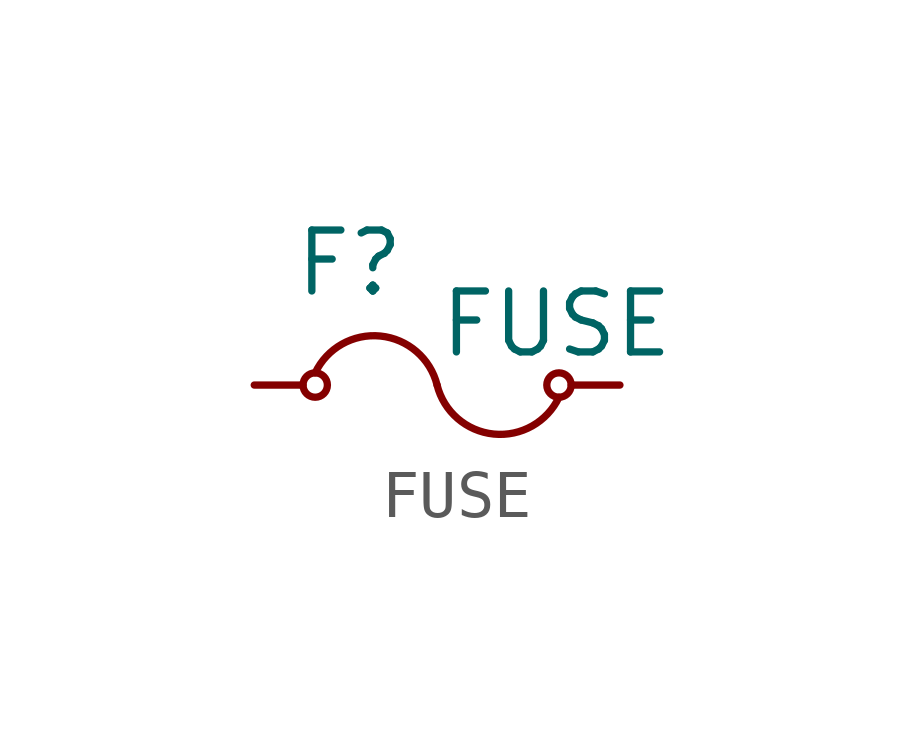
<source format=kicad_sym>
(kicad_symbol_lib
  (version 20211014)
  (generator kicad_symbol_editor)
  (symbol "FUSE"
    (pin_numbers hide)
    (pin_names
      (offset 1.016))
    (property "Reference" "F"
      (at -0.635 2.54 0)
      (effects (font (size 1.27 1.27)) (justify right)))
    (property "Value" "FUSE"
      (at 0 1.27 0)
      (effects (font (size 1.27 1.27)) (justify left)))
    (symbol "FUSE_0_1"
      (circle (center -2.54 0) (radius 0.254) (stroke (width 0) (type default) (color 0 0 0 0)) (fill (type none)))
      (arc (start 0 0) (mid -1.1686 1.0199) (end -2.54 0.254) (stroke (width 0) (type default) (color 0 0 0 0)) (fill (type none)))
      (arc (start 0 0) (mid 1.1686 -1.0199) (end 2.54 -0.254) (stroke (width 0) (type default) (color 0 0 0 0)) (fill (type none)))
      (circle (center 2.54 0) (radius 0.254) (stroke (width 0) (type default) (color 0 0 0 0)) (fill (type none))))
    (symbol "FUSE_1_1"
      (pin input line (at -3.81 0 0) (length 1.016) (name "~" (effects (font (size 1.27 1.27)))) (number "1" (effects (font (size 1.27 1.27)))))
      (pin input line (at 3.81 0 180) (length 1.016) (name "~" (effects (font (size 1.27 1.27)))) (number "2" (effects (font (size 1.27 1.27))))))))
</source>
